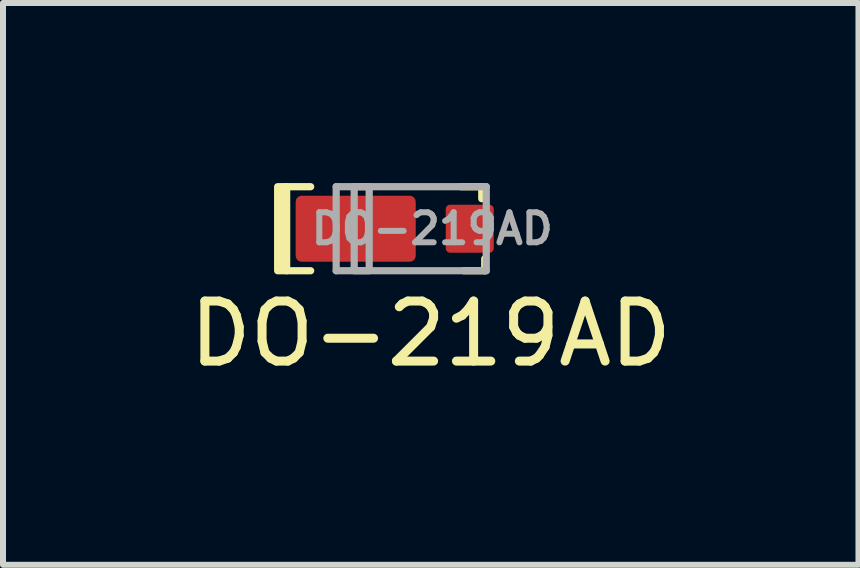
<source format=kicad_pcb>
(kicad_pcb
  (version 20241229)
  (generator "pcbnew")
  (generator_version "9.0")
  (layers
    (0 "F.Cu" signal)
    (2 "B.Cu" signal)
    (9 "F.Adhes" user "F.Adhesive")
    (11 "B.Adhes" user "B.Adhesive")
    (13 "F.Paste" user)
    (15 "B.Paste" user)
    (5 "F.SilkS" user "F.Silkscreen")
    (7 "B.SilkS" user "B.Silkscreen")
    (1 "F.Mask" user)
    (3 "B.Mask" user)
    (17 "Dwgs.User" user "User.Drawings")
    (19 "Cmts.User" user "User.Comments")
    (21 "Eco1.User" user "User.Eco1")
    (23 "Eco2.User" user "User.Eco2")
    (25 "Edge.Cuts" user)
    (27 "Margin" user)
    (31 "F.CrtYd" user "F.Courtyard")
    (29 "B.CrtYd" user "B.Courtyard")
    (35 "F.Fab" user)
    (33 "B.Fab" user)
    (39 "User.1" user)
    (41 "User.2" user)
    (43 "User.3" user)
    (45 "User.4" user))
  (footprint "DO-219AD"
    (layer "F.Cu")
    (at 4.125 0.76)
    (property "Reference" "DO-219AD" (at 0 1.75 0) (layer "F.SilkS") (effects (font (size 1 1) (thickness 0.15))))
    (attr through_hole)
    (fp_line (start -2 -0.7) (end -2.4 -0.7) (stroke (width 0.12) (type solid)) (layer "F.SilkS"))
    (fp_line (start -2 0.7) (end -2.4 0.7) (stroke (width 0.12) (type solid)) (layer "F.SilkS"))
    (fp_line (start 0.5 -0.7) (end 0.85 -0.7) (stroke (width 0.12) (type solid)) (layer "F.SilkS"))
    (fp_line (start 0.55 0.7) (end 0.9 0.7) (stroke (width 0.12) (type solid)) (layer "F.SilkS"))
    (fp_line (start 0.85 -0.5) (end 0.85 -0.7) (stroke (width 0.12) (type solid)) (layer "F.SilkS"))
    (fp_line (start 0.9 0.5) (end 0.9 0.7) (stroke (width 0.12) (type solid)) (layer "F.SilkS"))
    (fp_poly (pts (xy -2.4 0.7) (xy -2.55 0.7) (xy -2.55 -0.7) (xy -2.4 -0.7)) (stroke (width 0.12) (type solid)) (fill yes) (layer "F.SilkS"))
    (fp_line (start -1.575 -0.7) (end -1.575 0.7) (stroke (width 0.12) (type solid)) (layer "F.Fab"))
    (fp_line (start -1.575 0.7) (end 0.925 0.7) (stroke (width 0.12) (type solid)) (layer "F.Fab"))
    (fp_line (start 0.925 -0.7) (end -1.575 -0.7) (stroke (width 0.12) (type solid)) (layer "F.Fab"))
    (fp_line (start 0.925 0.7) (end 0.925 -0.7) (stroke (width 0.12) (type solid)) (layer "F.Fab"))
    (fp_poly (pts (xy -1.025 0.7) (xy -1.275 0.7) (xy -1.275 -0.7) (xy -1.025 -0.7)) (stroke (width 0.12) (type solid)) (fill no) (layer "F.Fab"))
    (fp_text user "${REFERENCE}" (at 0.025 0 0) (layer "F.Fab") (effects (font (size 0.5 0.5) (thickness 0.1))))
    (pad "1" smd roundrect (at 0.65 0) (size 0.8 0.8) (layers "F.Cu" "F.Mask" "F.Paste") (roundrect_rratio 0.091))
    (pad "2" smd roundrect (at -1.25 0) (size 2 1.1) (layers "F.Cu" "F.Mask" "F.Paste") (roundrect_rratio 0.091)))
  (gr_rect
    (start -3 -3)
    (end 11.25 6.358)
    (stroke (width 0.1) (type default))
    (fill no)
    (layer "Edge.Cuts")))
</source>
